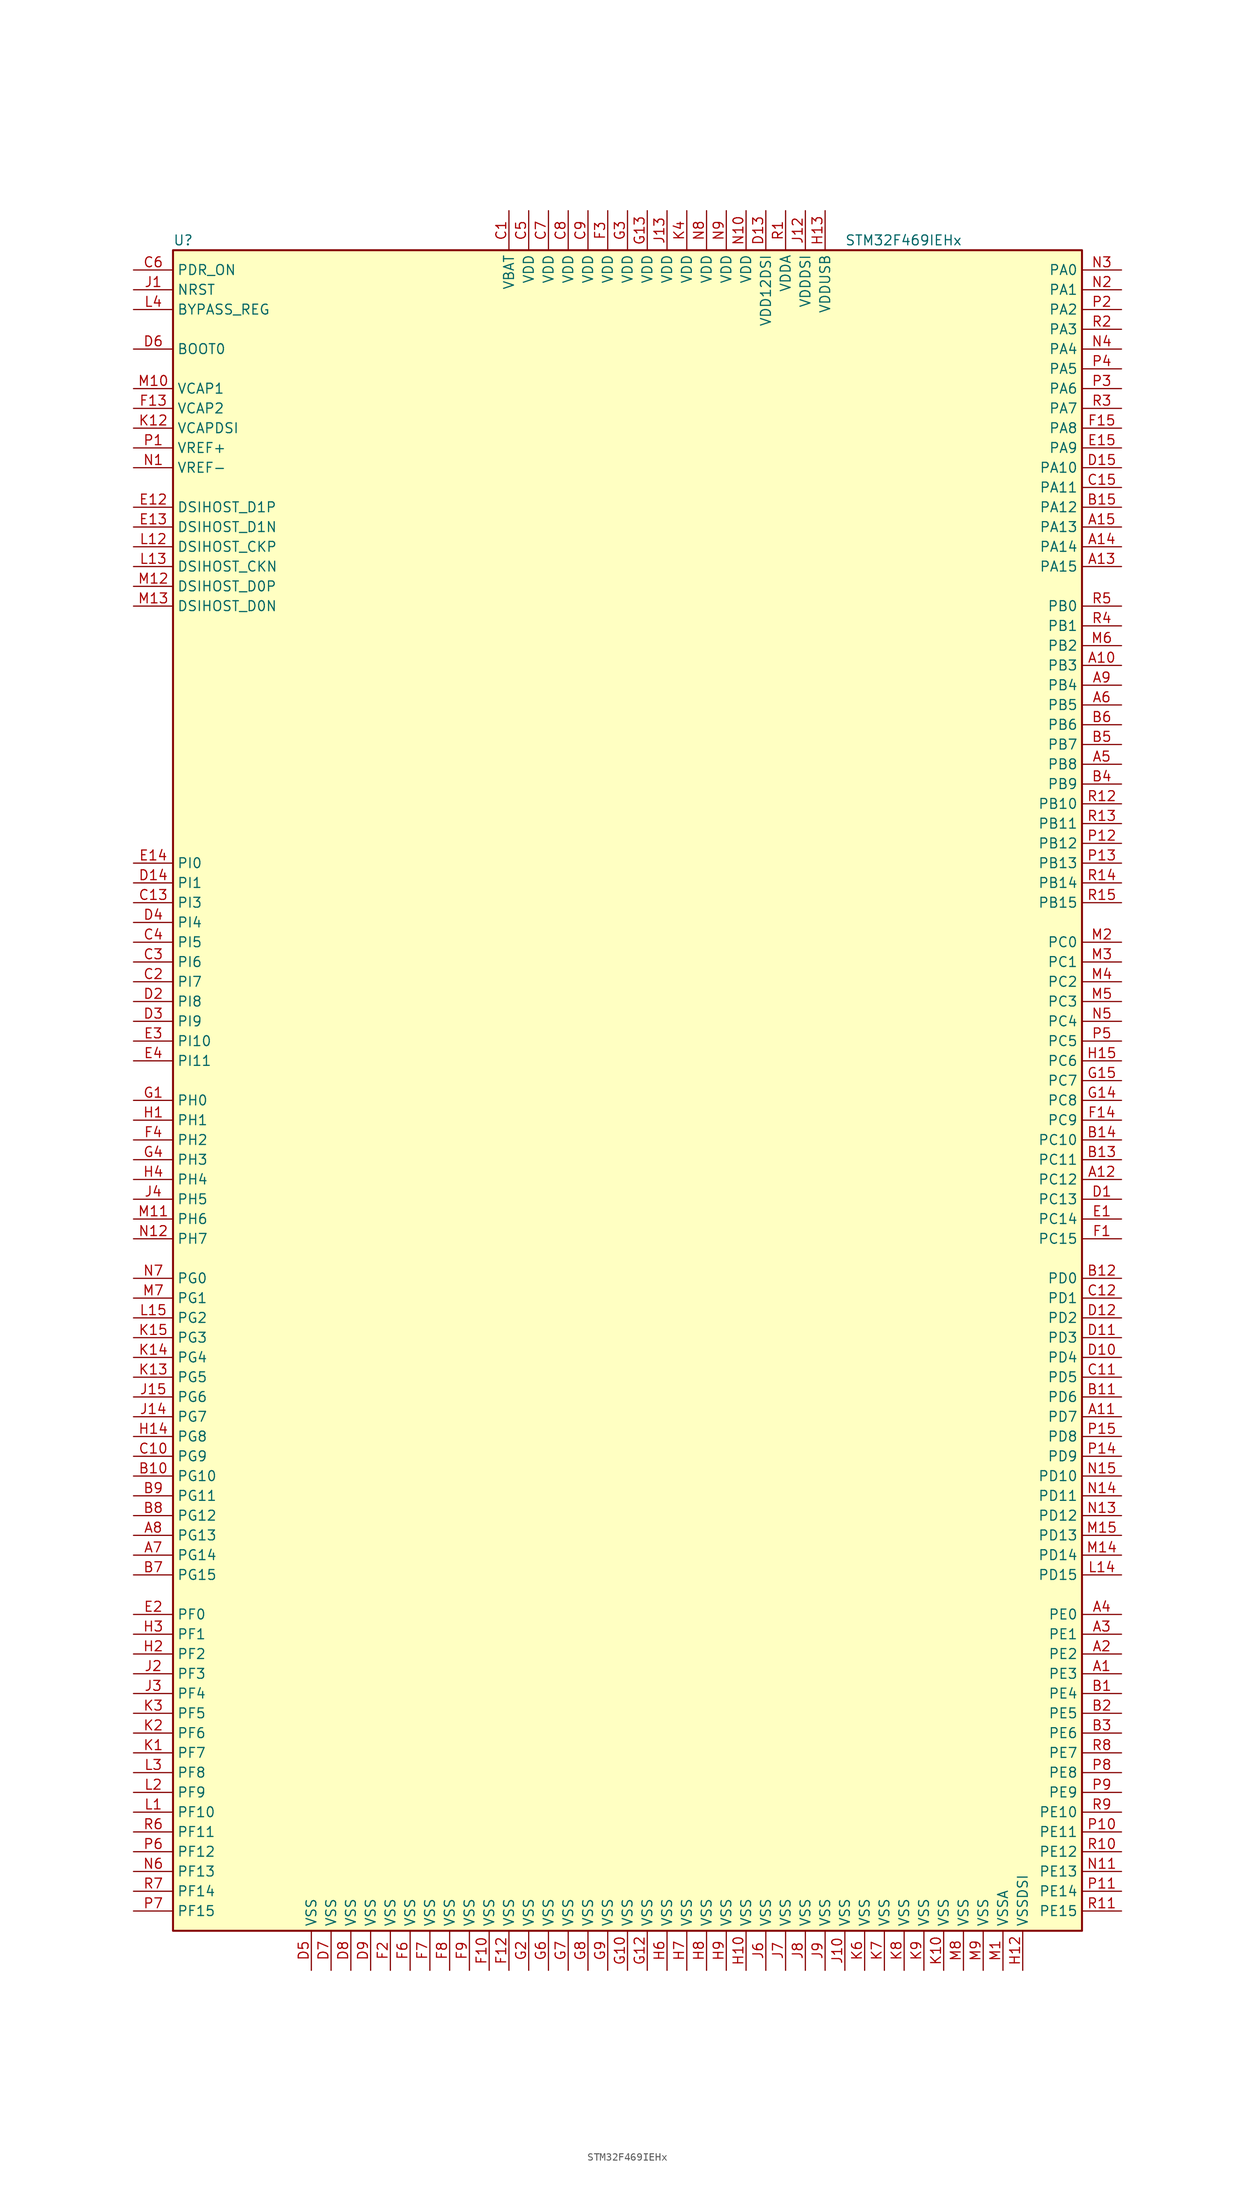
<source format=kicad_sym>
(kicad_symbol_lib
  (version 20201005)
  (generator kicad_symbol_editor)
  (symbol "STM32F469IEHx"
    (property "Reference" "U"
      (at -58.42 107.95 0)
      (effects (font (size 1.27 1.27)) (justify left)))
    (property "Value" "STM32F469IEHx"
      (at 27.94 107.95 0)
      (effects (font (size 1.27 1.27)) (justify left)))
    (symbol "STM32F469IEHx_0_1"
      (rectangle (start -58.42 -109.22) (end 58.42 106.68) (stroke (width 0.254)) (fill (type background))))
    (symbol "STM32F469IEHx_1_1"
      (pin bidirectional line (at 63.5 -76.2 180) (length 5.08) (name "PE3" (effects (font (size 1.27 1.27)))) (number "A1" (effects (font (size 1.27 1.27)))))
      (pin bidirectional line (at 63.5 53.34 180) (length 5.08) (name "PB3" (effects (font (size 1.27 1.27)))) (number "A10" (effects (font (size 1.27 1.27)))))
      (pin bidirectional line (at 63.5 -43.18 180) (length 5.08) (name "PD7" (effects (font (size 1.27 1.27)))) (number "A11" (effects (font (size 1.27 1.27)))))
      (pin bidirectional line (at 63.5 -12.7 180) (length 5.08) (name "PC12" (effects (font (size 1.27 1.27)))) (number "A12" (effects (font (size 1.27 1.27)))))
      (pin bidirectional line (at 63.5 66.04 180) (length 5.08) (name "PA15" (effects (font (size 1.27 1.27)))) (number "A13" (effects (font (size 1.27 1.27)))))
      (pin bidirectional line (at 63.5 68.58 180) (length 5.08) (name "PA14" (effects (font (size 1.27 1.27)))) (number "A14" (effects (font (size 1.27 1.27)))))
      (pin bidirectional line (at 63.5 71.12 180) (length 5.08) (name "PA13" (effects (font (size 1.27 1.27)))) (number "A15" (effects (font (size 1.27 1.27)))))
      (pin bidirectional line (at 63.5 -73.66 180) (length 5.08) (name "PE2" (effects (font (size 1.27 1.27)))) (number "A2" (effects (font (size 1.27 1.27)))))
      (pin bidirectional line (at 63.5 -71.12 180) (length 5.08) (name "PE1" (effects (font (size 1.27 1.27)))) (number "A3" (effects (font (size 1.27 1.27)))))
      (pin bidirectional line (at 63.5 -68.58 180) (length 5.08) (name "PE0" (effects (font (size 1.27 1.27)))) (number "A4" (effects (font (size 1.27 1.27)))))
      (pin bidirectional line (at 63.5 40.64 180) (length 5.08) (name "PB8" (effects (font (size 1.27 1.27)))) (number "A5" (effects (font (size 1.27 1.27)))))
      (pin bidirectional line (at 63.5 48.26 180) (length 5.08) (name "PB5" (effects (font (size 1.27 1.27)))) (number "A6" (effects (font (size 1.27 1.27)))))
      (pin bidirectional line (at -63.5 -60.96 0) (length 5.08) (name "PG14" (effects (font (size 1.27 1.27)))) (number "A7" (effects (font (size 1.27 1.27)))))
      (pin bidirectional line (at -63.5 -58.42 0) (length 5.08) (name "PG13" (effects (font (size 1.27 1.27)))) (number "A8" (effects (font (size 1.27 1.27)))))
      (pin bidirectional line (at 63.5 50.8 180) (length 5.08) (name "PB4" (effects (font (size 1.27 1.27)))) (number "A9" (effects (font (size 1.27 1.27)))))
      (pin bidirectional line (at 63.5 -78.74 180) (length 5.08) (name "PE4" (effects (font (size 1.27 1.27)))) (number "B1" (effects (font (size 1.27 1.27)))))
      (pin bidirectional line (at -63.5 -50.8 0) (length 5.08) (name "PG10" (effects (font (size 1.27 1.27)))) (number "B10" (effects (font (size 1.27 1.27)))))
      (pin bidirectional line (at 63.5 -40.64 180) (length 5.08) (name "PD6" (effects (font (size 1.27 1.27)))) (number "B11" (effects (font (size 1.27 1.27)))))
      (pin bidirectional line (at 63.5 -25.4 180) (length 5.08) (name "PD0" (effects (font (size 1.27 1.27)))) (number "B12" (effects (font (size 1.27 1.27)))))
      (pin bidirectional line (at 63.5 -10.16 180) (length 5.08) (name "PC11" (effects (font (size 1.27 1.27)))) (number "B13" (effects (font (size 1.27 1.27)))))
      (pin bidirectional line (at 63.5 -7.62 180) (length 5.08) (name "PC10" (effects (font (size 1.27 1.27)))) (number "B14" (effects (font (size 1.27 1.27)))))
      (pin bidirectional line (at 63.5 73.66 180) (length 5.08) (name "PA12" (effects (font (size 1.27 1.27)))) (number "B15" (effects (font (size 1.27 1.27)))))
      (pin bidirectional line (at 63.5 -81.28 180) (length 5.08) (name "PE5" (effects (font (size 1.27 1.27)))) (number "B2" (effects (font (size 1.27 1.27)))))
      (pin bidirectional line (at 63.5 -83.82 180) (length 5.08) (name "PE6" (effects (font (size 1.27 1.27)))) (number "B3" (effects (font (size 1.27 1.27)))))
      (pin bidirectional line (at 63.5 38.1 180) (length 5.08) (name "PB9" (effects (font (size 1.27 1.27)))) (number "B4" (effects (font (size 1.27 1.27)))))
      (pin bidirectional line (at 63.5 43.18 180) (length 5.08) (name "PB7" (effects (font (size 1.27 1.27)))) (number "B5" (effects (font (size 1.27 1.27)))))
      (pin bidirectional line (at 63.5 45.72 180) (length 5.08) (name "PB6" (effects (font (size 1.27 1.27)))) (number "B6" (effects (font (size 1.27 1.27)))))
      (pin bidirectional line (at -63.5 -63.5 0) (length 5.08) (name "PG15" (effects (font (size 1.27 1.27)))) (number "B7" (effects (font (size 1.27 1.27)))))
      (pin bidirectional line (at -63.5 -55.88 0) (length 5.08) (name "PG12" (effects (font (size 1.27 1.27)))) (number "B8" (effects (font (size 1.27 1.27)))))
      (pin bidirectional line (at -63.5 -53.34 0) (length 5.08) (name "PG11" (effects (font (size 1.27 1.27)))) (number "B9" (effects (font (size 1.27 1.27)))))
      (pin power_in line (at -15.24 111.76 270) (length 5.08) (name "VBAT" (effects (font (size 1.27 1.27)))) (number "C1" (effects (font (size 1.27 1.27)))))
      (pin bidirectional line (at -63.5 -48.26 0) (length 5.08) (name "PG9" (effects (font (size 1.27 1.27)))) (number "C10" (effects (font (size 1.27 1.27)))))
      (pin bidirectional line (at 63.5 -38.1 180) (length 5.08) (name "PD5" (effects (font (size 1.27 1.27)))) (number "C11" (effects (font (size 1.27 1.27)))))
      (pin bidirectional line (at 63.5 -27.94 180) (length 5.08) (name "PD1" (effects (font (size 1.27 1.27)))) (number "C12" (effects (font (size 1.27 1.27)))))
      (pin bidirectional line (at -63.5 22.86 0) (length 5.08) (name "PI3" (effects (font (size 1.27 1.27)))) (number "C13" (effects (font (size 1.27 1.27)))))
      (pin no_connect line (at -58.42 -106.68 0) (length 5.08) hide (name "NC" (effects (font (size 1.27 1.27)))) (number "C14" (effects (font (size 1.27 1.27)))))
      (pin bidirectional line (at 63.5 76.2 180) (length 5.08) (name "PA11" (effects (font (size 1.27 1.27)))) (number "C15" (effects (font (size 1.27 1.27)))))
      (pin bidirectional line (at -63.5 12.7 0) (length 5.08) (name "PI7" (effects (font (size 1.27 1.27)))) (number "C2" (effects (font (size 1.27 1.27)))))
      (pin bidirectional line (at -63.5 15.24 0) (length 5.08) (name "PI6" (effects (font (size 1.27 1.27)))) (number "C3" (effects (font (size 1.27 1.27)))))
      (pin bidirectional line (at -63.5 17.78 0) (length 5.08) (name "PI5" (effects (font (size 1.27 1.27)))) (number "C4" (effects (font (size 1.27 1.27)))))
      (pin power_in line (at -12.7 111.76 270) (length 5.08) (name "VDD" (effects (font (size 1.27 1.27)))) (number "C5" (effects (font (size 1.27 1.27)))))
      (pin input line (at -63.5 104.14 0) (length 5.08) (name "PDR_ON" (effects (font (size 1.27 1.27)))) (number "C6" (effects (font (size 1.27 1.27)))))
      (pin power_in line (at -10.16 111.76 270) (length 5.08) (name "VDD" (effects (font (size 1.27 1.27)))) (number "C7" (effects (font (size 1.27 1.27)))))
      (pin power_in line (at -7.62 111.76 270) (length 5.08) (name "VDD" (effects (font (size 1.27 1.27)))) (number "C8" (effects (font (size 1.27 1.27)))))
      (pin power_in line (at -5.08 111.76 270) (length 5.08) (name "VDD" (effects (font (size 1.27 1.27)))) (number "C9" (effects (font (size 1.27 1.27)))))
      (pin bidirectional line (at 63.5 -15.24 180) (length 5.08) (name "PC13" (effects (font (size 1.27 1.27)))) (number "D1" (effects (font (size 1.27 1.27)))))
      (pin bidirectional line (at 63.5 -35.56 180) (length 5.08) (name "PD4" (effects (font (size 1.27 1.27)))) (number "D10" (effects (font (size 1.27 1.27)))))
      (pin bidirectional line (at 63.5 -33.02 180) (length 5.08) (name "PD3" (effects (font (size 1.27 1.27)))) (number "D11" (effects (font (size 1.27 1.27)))))
      (pin bidirectional line (at 63.5 -30.48 180) (length 5.08) (name "PD2" (effects (font (size 1.27 1.27)))) (number "D12" (effects (font (size 1.27 1.27)))))
      (pin power_in line (at 17.78 111.76 270) (length 5.08) (name "VDD12DSI" (effects (font (size 1.27 1.27)))) (number "D13" (effects (font (size 1.27 1.27)))))
      (pin bidirectional line (at -63.5 25.4 0) (length 5.08) (name "PI1" (effects (font (size 1.27 1.27)))) (number "D14" (effects (font (size 1.27 1.27)))))
      (pin bidirectional line (at 63.5 78.74 180) (length 5.08) (name "PA10" (effects (font (size 1.27 1.27)))) (number "D15" (effects (font (size 1.27 1.27)))))
      (pin bidirectional line (at -63.5 10.16 0) (length 5.08) (name "PI8" (effects (font (size 1.27 1.27)))) (number "D2" (effects (font (size 1.27 1.27)))))
      (pin bidirectional line (at -63.5 7.62 0) (length 5.08) (name "PI9" (effects (font (size 1.27 1.27)))) (number "D3" (effects (font (size 1.27 1.27)))))
      (pin bidirectional line (at -63.5 20.32 0) (length 5.08) (name "PI4" (effects (font (size 1.27 1.27)))) (number "D4" (effects (font (size 1.27 1.27)))))
      (pin power_in line (at -40.64 -114.3 90) (length 5.08) (name "VSS" (effects (font (size 1.27 1.27)))) (number "D5" (effects (font (size 1.27 1.27)))))
      (pin input line (at -63.5 93.98 0) (length 5.08) (name "BOOT0" (effects (font (size 1.27 1.27)))) (number "D6" (effects (font (size 1.27 1.27)))))
      (pin power_in line (at -38.1 -114.3 90) (length 5.08) (name "VSS" (effects (font (size 1.27 1.27)))) (number "D7" (effects (font (size 1.27 1.27)))))
      (pin power_in line (at -35.56 -114.3 90) (length 5.08) (name "VSS" (effects (font (size 1.27 1.27)))) (number "D8" (effects (font (size 1.27 1.27)))))
      (pin power_in line (at -33.02 -114.3 90) (length 5.08) (name "VSS" (effects (font (size 1.27 1.27)))) (number "D9" (effects (font (size 1.27 1.27)))))
      (pin bidirectional line (at 63.5 -17.78 180) (length 5.08) (name "PC14" (effects (font (size 1.27 1.27)))) (number "E1" (effects (font (size 1.27 1.27)))))
      (pin bidirectional line (at -63.5 73.66 0) (length 5.08) (name "DSIHOST_D1P" (effects (font (size 1.27 1.27)))) (number "E12" (effects (font (size 1.27 1.27)))))
      (pin bidirectional line (at -63.5 71.12 0) (length 5.08) (name "DSIHOST_D1N" (effects (font (size 1.27 1.27)))) (number "E13" (effects (font (size 1.27 1.27)))))
      (pin bidirectional line (at -63.5 27.94 0) (length 5.08) (name "PI0" (effects (font (size 1.27 1.27)))) (number "E14" (effects (font (size 1.27 1.27)))))
      (pin bidirectional line (at 63.5 81.28 180) (length 5.08) (name "PA9" (effects (font (size 1.27 1.27)))) (number "E15" (effects (font (size 1.27 1.27)))))
      (pin bidirectional line (at -63.5 -68.58 0) (length 5.08) (name "PF0" (effects (font (size 1.27 1.27)))) (number "E2" (effects (font (size 1.27 1.27)))))
      (pin bidirectional line (at -63.5 5.08 0) (length 5.08) (name "PI10" (effects (font (size 1.27 1.27)))) (number "E3" (effects (font (size 1.27 1.27)))))
      (pin bidirectional line (at -63.5 2.54 0) (length 5.08) (name "PI11" (effects (font (size 1.27 1.27)))) (number "E4" (effects (font (size 1.27 1.27)))))
      (pin bidirectional line (at 63.5 -20.32 180) (length 5.08) (name "PC15" (effects (font (size 1.27 1.27)))) (number "F1" (effects (font (size 1.27 1.27)))))
      (pin power_in line (at -17.78 -114.3 90) (length 5.08) (name "VSS" (effects (font (size 1.27 1.27)))) (number "F10" (effects (font (size 1.27 1.27)))))
      (pin power_in line (at -15.24 -114.3 90) (length 5.08) (name "VSS" (effects (font (size 1.27 1.27)))) (number "F12" (effects (font (size 1.27 1.27)))))
      (pin power_in line (at -63.5 86.36 0) (length 5.08) (name "VCAP2" (effects (font (size 1.27 1.27)))) (number "F13" (effects (font (size 1.27 1.27)))))
      (pin bidirectional line (at 63.5 -5.08 180) (length 5.08) (name "PC9" (effects (font (size 1.27 1.27)))) (number "F14" (effects (font (size 1.27 1.27)))))
      (pin bidirectional line (at 63.5 83.82 180) (length 5.08) (name "PA8" (effects (font (size 1.27 1.27)))) (number "F15" (effects (font (size 1.27 1.27)))))
      (pin power_in line (at -30.48 -114.3 90) (length 5.08) (name "VSS" (effects (font (size 1.27 1.27)))) (number "F2" (effects (font (size 1.27 1.27)))))
      (pin power_in line (at -2.54 111.76 270) (length 5.08) (name "VDD" (effects (font (size 1.27 1.27)))) (number "F3" (effects (font (size 1.27 1.27)))))
      (pin bidirectional line (at -63.5 -7.62 0) (length 5.08) (name "PH2" (effects (font (size 1.27 1.27)))) (number "F4" (effects (font (size 1.27 1.27)))))
      (pin power_in line (at -27.94 -114.3 90) (length 5.08) (name "VSS" (effects (font (size 1.27 1.27)))) (number "F6" (effects (font (size 1.27 1.27)))))
      (pin power_in line (at -25.4 -114.3 90) (length 5.08) (name "VSS" (effects (font (size 1.27 1.27)))) (number "F7" (effects (font (size 1.27 1.27)))))
      (pin power_in line (at -22.86 -114.3 90) (length 5.08) (name "VSS" (effects (font (size 1.27 1.27)))) (number "F8" (effects (font (size 1.27 1.27)))))
      (pin power_in line (at -20.32 -114.3 90) (length 5.08) (name "VSS" (effects (font (size 1.27 1.27)))) (number "F9" (effects (font (size 1.27 1.27)))))
      (pin input line (at -63.5 -2.54 0) (length 5.08) (name "PH0" (effects (font (size 1.27 1.27)))) (number "G1" (effects (font (size 1.27 1.27)))))
      (pin power_in line (at 0 -114.3 90) (length 5.08) (name "VSS" (effects (font (size 1.27 1.27)))) (number "G10" (effects (font (size 1.27 1.27)))))
      (pin power_in line (at 2.54 -114.3 90) (length 5.08) (name "VSS" (effects (font (size 1.27 1.27)))) (number "G12" (effects (font (size 1.27 1.27)))))
      (pin power_in line (at 2.54 111.76 270) (length 5.08) (name "VDD" (effects (font (size 1.27 1.27)))) (number "G13" (effects (font (size 1.27 1.27)))))
      (pin bidirectional line (at 63.5 -2.54 180) (length 5.08) (name "PC8" (effects (font (size 1.27 1.27)))) (number "G14" (effects (font (size 1.27 1.27)))))
      (pin bidirectional line (at 63.5 0 180) (length 5.08) (name "PC7" (effects (font (size 1.27 1.27)))) (number "G15" (effects (font (size 1.27 1.27)))))
      (pin power_in line (at -12.7 -114.3 90) (length 5.08) (name "VSS" (effects (font (size 1.27 1.27)))) (number "G2" (effects (font (size 1.27 1.27)))))
      (pin power_in line (at 0 111.76 270) (length 5.08) (name "VDD" (effects (font (size 1.27 1.27)))) (number "G3" (effects (font (size 1.27 1.27)))))
      (pin bidirectional line (at -63.5 -10.16 0) (length 5.08) (name "PH3" (effects (font (size 1.27 1.27)))) (number "G4" (effects (font (size 1.27 1.27)))))
      (pin power_in line (at -10.16 -114.3 90) (length 5.08) (name "VSS" (effects (font (size 1.27 1.27)))) (number "G6" (effects (font (size 1.27 1.27)))))
      (pin power_in line (at -7.62 -114.3 90) (length 5.08) (name "VSS" (effects (font (size 1.27 1.27)))) (number "G7" (effects (font (size 1.27 1.27)))))
      (pin power_in line (at -5.08 -114.3 90) (length 5.08) (name "VSS" (effects (font (size 1.27 1.27)))) (number "G8" (effects (font (size 1.27 1.27)))))
      (pin power_in line (at -2.54 -114.3 90) (length 5.08) (name "VSS" (effects (font (size 1.27 1.27)))) (number "G9" (effects (font (size 1.27 1.27)))))
      (pin input line (at -63.5 -5.08 0) (length 5.08) (name "PH1" (effects (font (size 1.27 1.27)))) (number "H1" (effects (font (size 1.27 1.27)))))
      (pin power_in line (at 15.24 -114.3 90) (length 5.08) (name "VSS" (effects (font (size 1.27 1.27)))) (number "H10" (effects (font (size 1.27 1.27)))))
      (pin power_in line (at 50.8 -114.3 90) (length 5.08) (name "VSSDSI" (effects (font (size 1.27 1.27)))) (number "H12" (effects (font (size 1.27 1.27)))))
      (pin power_in line (at 25.4 111.76 270) (length 5.08) (name "VDDUSB" (effects (font (size 1.27 1.27)))) (number "H13" (effects (font (size 1.27 1.27)))))
      (pin bidirectional line (at -63.5 -45.72 0) (length 5.08) (name "PG8" (effects (font (size 1.27 1.27)))) (number "H14" (effects (font (size 1.27 1.27)))))
      (pin bidirectional line (at 63.5 2.54 180) (length 5.08) (name "PC6" (effects (font (size 1.27 1.27)))) (number "H15" (effects (font (size 1.27 1.27)))))
      (pin bidirectional line (at -63.5 -73.66 0) (length 5.08) (name "PF2" (effects (font (size 1.27 1.27)))) (number "H2" (effects (font (size 1.27 1.27)))))
      (pin bidirectional line (at -63.5 -71.12 0) (length 5.08) (name "PF1" (effects (font (size 1.27 1.27)))) (number "H3" (effects (font (size 1.27 1.27)))))
      (pin bidirectional line (at -63.5 -12.7 0) (length 5.08) (name "PH4" (effects (font (size 1.27 1.27)))) (number "H4" (effects (font (size 1.27 1.27)))))
      (pin power_in line (at 5.08 -114.3 90) (length 5.08) (name "VSS" (effects (font (size 1.27 1.27)))) (number "H6" (effects (font (size 1.27 1.27)))))
      (pin power_in line (at 7.62 -114.3 90) (length 5.08) (name "VSS" (effects (font (size 1.27 1.27)))) (number "H7" (effects (font (size 1.27 1.27)))))
      (pin power_in line (at 10.16 -114.3 90) (length 5.08) (name "VSS" (effects (font (size 1.27 1.27)))) (number "H8" (effects (font (size 1.27 1.27)))))
      (pin power_in line (at 12.7 -114.3 90) (length 5.08) (name "VSS" (effects (font (size 1.27 1.27)))) (number "H9" (effects (font (size 1.27 1.27)))))
      (pin input line (at -63.5 101.6 0) (length 5.08) (name "NRST" (effects (font (size 1.27 1.27)))) (number "J1" (effects (font (size 1.27 1.27)))))
      (pin power_in line (at 27.94 -114.3 90) (length 5.08) (name "VSS" (effects (font (size 1.27 1.27)))) (number "J10" (effects (font (size 1.27 1.27)))))
      (pin power_in line (at 22.86 111.76 270) (length 5.08) (name "VDDDSI" (effects (font (size 1.27 1.27)))) (number "J12" (effects (font (size 1.27 1.27)))))
      (pin power_in line (at 5.08 111.76 270) (length 5.08) (name "VDD" (effects (font (size 1.27 1.27)))) (number "J13" (effects (font (size 1.27 1.27)))))
      (pin bidirectional line (at -63.5 -43.18 0) (length 5.08) (name "PG7" (effects (font (size 1.27 1.27)))) (number "J14" (effects (font (size 1.27 1.27)))))
      (pin bidirectional line (at -63.5 -40.64 0) (length 5.08) (name "PG6" (effects (font (size 1.27 1.27)))) (number "J15" (effects (font (size 1.27 1.27)))))
      (pin bidirectional line (at -63.5 -76.2 0) (length 5.08) (name "PF3" (effects (font (size 1.27 1.27)))) (number "J2" (effects (font (size 1.27 1.27)))))
      (pin bidirectional line (at -63.5 -78.74 0) (length 5.08) (name "PF4" (effects (font (size 1.27 1.27)))) (number "J3" (effects (font (size 1.27 1.27)))))
      (pin bidirectional line (at -63.5 -15.24 0) (length 5.08) (name "PH5" (effects (font (size 1.27 1.27)))) (number "J4" (effects (font (size 1.27 1.27)))))
      (pin power_in line (at 17.78 -114.3 90) (length 5.08) (name "VSS" (effects (font (size 1.27 1.27)))) (number "J6" (effects (font (size 1.27 1.27)))))
      (pin power_in line (at 20.32 -114.3 90) (length 5.08) (name "VSS" (effects (font (size 1.27 1.27)))) (number "J7" (effects (font (size 1.27 1.27)))))
      (pin power_in line (at 22.86 -114.3 90) (length 5.08) (name "VSS" (effects (font (size 1.27 1.27)))) (number "J8" (effects (font (size 1.27 1.27)))))
      (pin power_in line (at 25.4 -114.3 90) (length 5.08) (name "VSS" (effects (font (size 1.27 1.27)))) (number "J9" (effects (font (size 1.27 1.27)))))
      (pin bidirectional line (at -63.5 -86.36 0) (length 5.08) (name "PF7" (effects (font (size 1.27 1.27)))) (number "K1" (effects (font (size 1.27 1.27)))))
      (pin power_in line (at 40.64 -114.3 90) (length 5.08) (name "VSS" (effects (font (size 1.27 1.27)))) (number "K10" (effects (font (size 1.27 1.27)))))
      (pin power_in line (at -63.5 83.82 0) (length 5.08) (name "VCAPDSI" (effects (font (size 1.27 1.27)))) (number "K12" (effects (font (size 1.27 1.27)))))
      (pin bidirectional line (at -63.5 -38.1 0) (length 5.08) (name "PG5" (effects (font (size 1.27 1.27)))) (number "K13" (effects (font (size 1.27 1.27)))))
      (pin bidirectional line (at -63.5 -35.56 0) (length 5.08) (name "PG4" (effects (font (size 1.27 1.27)))) (number "K14" (effects (font (size 1.27 1.27)))))
      (pin bidirectional line (at -63.5 -33.02 0) (length 5.08) (name "PG3" (effects (font (size 1.27 1.27)))) (number "K15" (effects (font (size 1.27 1.27)))))
      (pin bidirectional line (at -63.5 -83.82 0) (length 5.08) (name "PF6" (effects (font (size 1.27 1.27)))) (number "K2" (effects (font (size 1.27 1.27)))))
      (pin bidirectional line (at -63.5 -81.28 0) (length 5.08) (name "PF5" (effects (font (size 1.27 1.27)))) (number "K3" (effects (font (size 1.27 1.27)))))
      (pin power_in line (at 7.62 111.76 270) (length 5.08) (name "VDD" (effects (font (size 1.27 1.27)))) (number "K4" (effects (font (size 1.27 1.27)))))
      (pin power_in line (at 30.48 -114.3 90) (length 5.08) (name "VSS" (effects (font (size 1.27 1.27)))) (number "K6" (effects (font (size 1.27 1.27)))))
      (pin power_in line (at 33.02 -114.3 90) (length 5.08) (name "VSS" (effects (font (size 1.27 1.27)))) (number "K7" (effects (font (size 1.27 1.27)))))
      (pin power_in line (at 35.56 -114.3 90) (length 5.08) (name "VSS" (effects (font (size 1.27 1.27)))) (number "K8" (effects (font (size 1.27 1.27)))))
      (pin power_in line (at 38.1 -114.3 90) (length 5.08) (name "VSS" (effects (font (size 1.27 1.27)))) (number "K9" (effects (font (size 1.27 1.27)))))
      (pin bidirectional line (at -63.5 -93.98 0) (length 5.08) (name "PF10" (effects (font (size 1.27 1.27)))) (number "L1" (effects (font (size 1.27 1.27)))))
      (pin bidirectional line (at -63.5 68.58 0) (length 5.08) (name "DSIHOST_CKP" (effects (font (size 1.27 1.27)))) (number "L12" (effects (font (size 1.27 1.27)))))
      (pin bidirectional line (at -63.5 66.04 0) (length 5.08) (name "DSIHOST_CKN" (effects (font (size 1.27 1.27)))) (number "L13" (effects (font (size 1.27 1.27)))))
      (pin bidirectional line (at 63.5 -63.5 180) (length 5.08) (name "PD15" (effects (font (size 1.27 1.27)))) (number "L14" (effects (font (size 1.27 1.27)))))
      (pin bidirectional line (at -63.5 -30.48 0) (length 5.08) (name "PG2" (effects (font (size 1.27 1.27)))) (number "L15" (effects (font (size 1.27 1.27)))))
      (pin bidirectional line (at -63.5 -91.44 0) (length 5.08) (name "PF9" (effects (font (size 1.27 1.27)))) (number "L2" (effects (font (size 1.27 1.27)))))
      (pin bidirectional line (at -63.5 -88.9 0) (length 5.08) (name "PF8" (effects (font (size 1.27 1.27)))) (number "L3" (effects (font (size 1.27 1.27)))))
      (pin input line (at -63.5 99.06 0) (length 5.08) (name "BYPASS_REG" (effects (font (size 1.27 1.27)))) (number "L4" (effects (font (size 1.27 1.27)))))
      (pin power_in line (at 48.26 -114.3 90) (length 5.08) (name "VSSA" (effects (font (size 1.27 1.27)))) (number "M1" (effects (font (size 1.27 1.27)))))
      (pin power_in line (at -63.5 88.9 0) (length 5.08) (name "VCAP1" (effects (font (size 1.27 1.27)))) (number "M10" (effects (font (size 1.27 1.27)))))
      (pin bidirectional line (at -63.5 -17.78 0) (length 5.08) (name "PH6" (effects (font (size 1.27 1.27)))) (number "M11" (effects (font (size 1.27 1.27)))))
      (pin bidirectional line (at -63.5 63.5 0) (length 5.08) (name "DSIHOST_D0P" (effects (font (size 1.27 1.27)))) (number "M12" (effects (font (size 1.27 1.27)))))
      (pin bidirectional line (at -63.5 60.96 0) (length 5.08) (name "DSIHOST_D0N" (effects (font (size 1.27 1.27)))) (number "M13" (effects (font (size 1.27 1.27)))))
      (pin bidirectional line (at 63.5 -60.96 180) (length 5.08) (name "PD14" (effects (font (size 1.27 1.27)))) (number "M14" (effects (font (size 1.27 1.27)))))
      (pin bidirectional line (at 63.5 -58.42 180) (length 5.08) (name "PD13" (effects (font (size 1.27 1.27)))) (number "M15" (effects (font (size 1.27 1.27)))))
      (pin bidirectional line (at 63.5 17.78 180) (length 5.08) (name "PC0" (effects (font (size 1.27 1.27)))) (number "M2" (effects (font (size 1.27 1.27)))))
      (pin bidirectional line (at 63.5 15.24 180) (length 5.08) (name "PC1" (effects (font (size 1.27 1.27)))) (number "M3" (effects (font (size 1.27 1.27)))))
      (pin bidirectional line (at 63.5 12.7 180) (length 5.08) (name "PC2" (effects (font (size 1.27 1.27)))) (number "M4" (effects (font (size 1.27 1.27)))))
      (pin bidirectional line (at 63.5 10.16 180) (length 5.08) (name "PC3" (effects (font (size 1.27 1.27)))) (number "M5" (effects (font (size 1.27 1.27)))))
      (pin bidirectional line (at 63.5 55.88 180) (length 5.08) (name "PB2" (effects (font (size 1.27 1.27)))) (number "M6" (effects (font (size 1.27 1.27)))))
      (pin bidirectional line (at -63.5 -27.94 0) (length 5.08) (name "PG1" (effects (font (size 1.27 1.27)))) (number "M7" (effects (font (size 1.27 1.27)))))
      (pin power_in line (at 43.18 -114.3 90) (length 5.08) (name "VSS" (effects (font (size 1.27 1.27)))) (number "M8" (effects (font (size 1.27 1.27)))))
      (pin power_in line (at 45.72 -114.3 90) (length 5.08) (name "VSS" (effects (font (size 1.27 1.27)))) (number "M9" (effects (font (size 1.27 1.27)))))
      (pin power_in line (at -63.5 78.74 0) (length 5.08) (name "VREF-" (effects (font (size 1.27 1.27)))) (number "N1" (effects (font (size 1.27 1.27)))))
      (pin power_in line (at 15.24 111.76 270) (length 5.08) (name "VDD" (effects (font (size 1.27 1.27)))) (number "N10" (effects (font (size 1.27 1.27)))))
      (pin bidirectional line (at 63.5 -101.6 180) (length 5.08) (name "PE13" (effects (font (size 1.27 1.27)))) (number "N11" (effects (font (size 1.27 1.27)))))
      (pin bidirectional line (at -63.5 -20.32 0) (length 5.08) (name "PH7" (effects (font (size 1.27 1.27)))) (number "N12" (effects (font (size 1.27 1.27)))))
      (pin bidirectional line (at 63.5 -55.88 180) (length 5.08) (name "PD12" (effects (font (size 1.27 1.27)))) (number "N13" (effects (font (size 1.27 1.27)))))
      (pin bidirectional line (at 63.5 -53.34 180) (length 5.08) (name "PD11" (effects (font (size 1.27 1.27)))) (number "N14" (effects (font (size 1.27 1.27)))))
      (pin bidirectional line (at 63.5 -50.8 180) (length 5.08) (name "PD10" (effects (font (size 1.27 1.27)))) (number "N15" (effects (font (size 1.27 1.27)))))
      (pin bidirectional line (at 63.5 101.6 180) (length 5.08) (name "PA1" (effects (font (size 1.27 1.27)))) (number "N2" (effects (font (size 1.27 1.27)))))
      (pin bidirectional line (at 63.5 104.14 180) (length 5.08) (name "PA0" (effects (font (size 1.27 1.27)))) (number "N3" (effects (font (size 1.27 1.27)))))
      (pin bidirectional line (at 63.5 93.98 180) (length 5.08) (name "PA4" (effects (font (size 1.27 1.27)))) (number "N4" (effects (font (size 1.27 1.27)))))
      (pin bidirectional line (at 63.5 7.62 180) (length 5.08) (name "PC4" (effects (font (size 1.27 1.27)))) (number "N5" (effects (font (size 1.27 1.27)))))
      (pin bidirectional line (at -63.5 -101.6 0) (length 5.08) (name "PF13" (effects (font (size 1.27 1.27)))) (number "N6" (effects (font (size 1.27 1.27)))))
      (pin bidirectional line (at -63.5 -25.4 0) (length 5.08) (name "PG0" (effects (font (size 1.27 1.27)))) (number "N7" (effects (font (size 1.27 1.27)))))
      (pin power_in line (at 10.16 111.76 270) (length 5.08) (name "VDD" (effects (font (size 1.27 1.27)))) (number "N8" (effects (font (size 1.27 1.27)))))
      (pin power_in line (at 12.7 111.76 270) (length 5.08) (name "VDD" (effects (font (size 1.27 1.27)))) (number "N9" (effects (font (size 1.27 1.27)))))
      (pin power_in line (at -63.5 81.28 0) (length 5.08) (name "VREF+" (effects (font (size 1.27 1.27)))) (number "P1" (effects (font (size 1.27 1.27)))))
      (pin bidirectional line (at 63.5 -96.52 180) (length 5.08) (name "PE11" (effects (font (size 1.27 1.27)))) (number "P10" (effects (font (size 1.27 1.27)))))
      (pin bidirectional line (at 63.5 -104.14 180) (length 5.08) (name "PE14" (effects (font (size 1.27 1.27)))) (number "P11" (effects (font (size 1.27 1.27)))))
      (pin bidirectional line (at 63.5 30.48 180) (length 5.08) (name "PB12" (effects (font (size 1.27 1.27)))) (number "P12" (effects (font (size 1.27 1.27)))))
      (pin bidirectional line (at 63.5 27.94 180) (length 5.08) (name "PB13" (effects (font (size 1.27 1.27)))) (number "P13" (effects (font (size 1.27 1.27)))))
      (pin bidirectional line (at 63.5 -48.26 180) (length 5.08) (name "PD9" (effects (font (size 1.27 1.27)))) (number "P14" (effects (font (size 1.27 1.27)))))
      (pin bidirectional line (at 63.5 -45.72 180) (length 5.08) (name "PD8" (effects (font (size 1.27 1.27)))) (number "P15" (effects (font (size 1.27 1.27)))))
      (pin bidirectional line (at 63.5 99.06 180) (length 5.08) (name "PA2" (effects (font (size 1.27 1.27)))) (number "P2" (effects (font (size 1.27 1.27)))))
      (pin bidirectional line (at 63.5 88.9 180) (length 5.08) (name "PA6" (effects (font (size 1.27 1.27)))) (number "P3" (effects (font (size 1.27 1.27)))))
      (pin bidirectional line (at 63.5 91.44 180) (length 5.08) (name "PA5" (effects (font (size 1.27 1.27)))) (number "P4" (effects (font (size 1.27 1.27)))))
      (pin bidirectional line (at 63.5 5.08 180) (length 5.08) (name "PC5" (effects (font (size 1.27 1.27)))) (number "P5" (effects (font (size 1.27 1.27)))))
      (pin bidirectional line (at -63.5 -99.06 0) (length 5.08) (name "PF12" (effects (font (size 1.27 1.27)))) (number "P6" (effects (font (size 1.27 1.27)))))
      (pin bidirectional line (at -63.5 -106.68 0) (length 5.08) (name "PF15" (effects (font (size 1.27 1.27)))) (number "P7" (effects (font (size 1.27 1.27)))))
      (pin bidirectional line (at 63.5 -88.9 180) (length 5.08) (name "PE8" (effects (font (size 1.27 1.27)))) (number "P8" (effects (font (size 1.27 1.27)))))
      (pin bidirectional line (at 63.5 -91.44 180) (length 5.08) (name "PE9" (effects (font (size 1.27 1.27)))) (number "P9" (effects (font (size 1.27 1.27)))))
      (pin power_in line (at 20.32 111.76 270) (length 5.08) (name "VDDA" (effects (font (size 1.27 1.27)))) (number "R1" (effects (font (size 1.27 1.27)))))
      (pin bidirectional line (at 63.5 -99.06 180) (length 5.08) (name "PE12" (effects (font (size 1.27 1.27)))) (number "R10" (effects (font (size 1.27 1.27)))))
      (pin bidirectional line (at 63.5 -106.68 180) (length 5.08) (name "PE15" (effects (font (size 1.27 1.27)))) (number "R11" (effects (font (size 1.27 1.27)))))
      (pin bidirectional line (at 63.5 35.56 180) (length 5.08) (name "PB10" (effects (font (size 1.27 1.27)))) (number "R12" (effects (font (size 1.27 1.27)))))
      (pin bidirectional line (at 63.5 33.02 180) (length 5.08) (name "PB11" (effects (font (size 1.27 1.27)))) (number "R13" (effects (font (size 1.27 1.27)))))
      (pin bidirectional line (at 63.5 25.4 180) (length 5.08) (name "PB14" (effects (font (size 1.27 1.27)))) (number "R14" (effects (font (size 1.27 1.27)))))
      (pin bidirectional line (at 63.5 22.86 180) (length 5.08) (name "PB15" (effects (font (size 1.27 1.27)))) (number "R15" (effects (font (size 1.27 1.27)))))
      (pin bidirectional line (at 63.5 96.52 180) (length 5.08) (name "PA3" (effects (font (size 1.27 1.27)))) (number "R2" (effects (font (size 1.27 1.27)))))
      (pin bidirectional line (at 63.5 86.36 180) (length 5.08) (name "PA7" (effects (font (size 1.27 1.27)))) (number "R3" (effects (font (size 1.27 1.27)))))
      (pin bidirectional line (at 63.5 58.42 180) (length 5.08) (name "PB1" (effects (font (size 1.27 1.27)))) (number "R4" (effects (font (size 1.27 1.27)))))
      (pin bidirectional line (at 63.5 60.96 180) (length 5.08) (name "PB0" (effects (font (size 1.27 1.27)))) (number "R5" (effects (font (size 1.27 1.27)))))
      (pin bidirectional line (at -63.5 -96.52 0) (length 5.08) (name "PF11" (effects (font (size 1.27 1.27)))) (number "R6" (effects (font (size 1.27 1.27)))))
      (pin bidirectional line (at -63.5 -104.14 0) (length 5.08) (name "PF14" (effects (font (size 1.27 1.27)))) (number "R7" (effects (font (size 1.27 1.27)))))
      (pin bidirectional line (at 63.5 -86.36 180) (length 5.08) (name "PE7" (effects (font (size 1.27 1.27)))) (number "R8" (effects (font (size 1.27 1.27)))))
      (pin bidirectional line (at 63.5 -93.98 180) (length 5.08) (name "PE10" (effects (font (size 1.27 1.27)))) (number "R9" (effects (font (size 1.27 1.27))))))))
</source>
